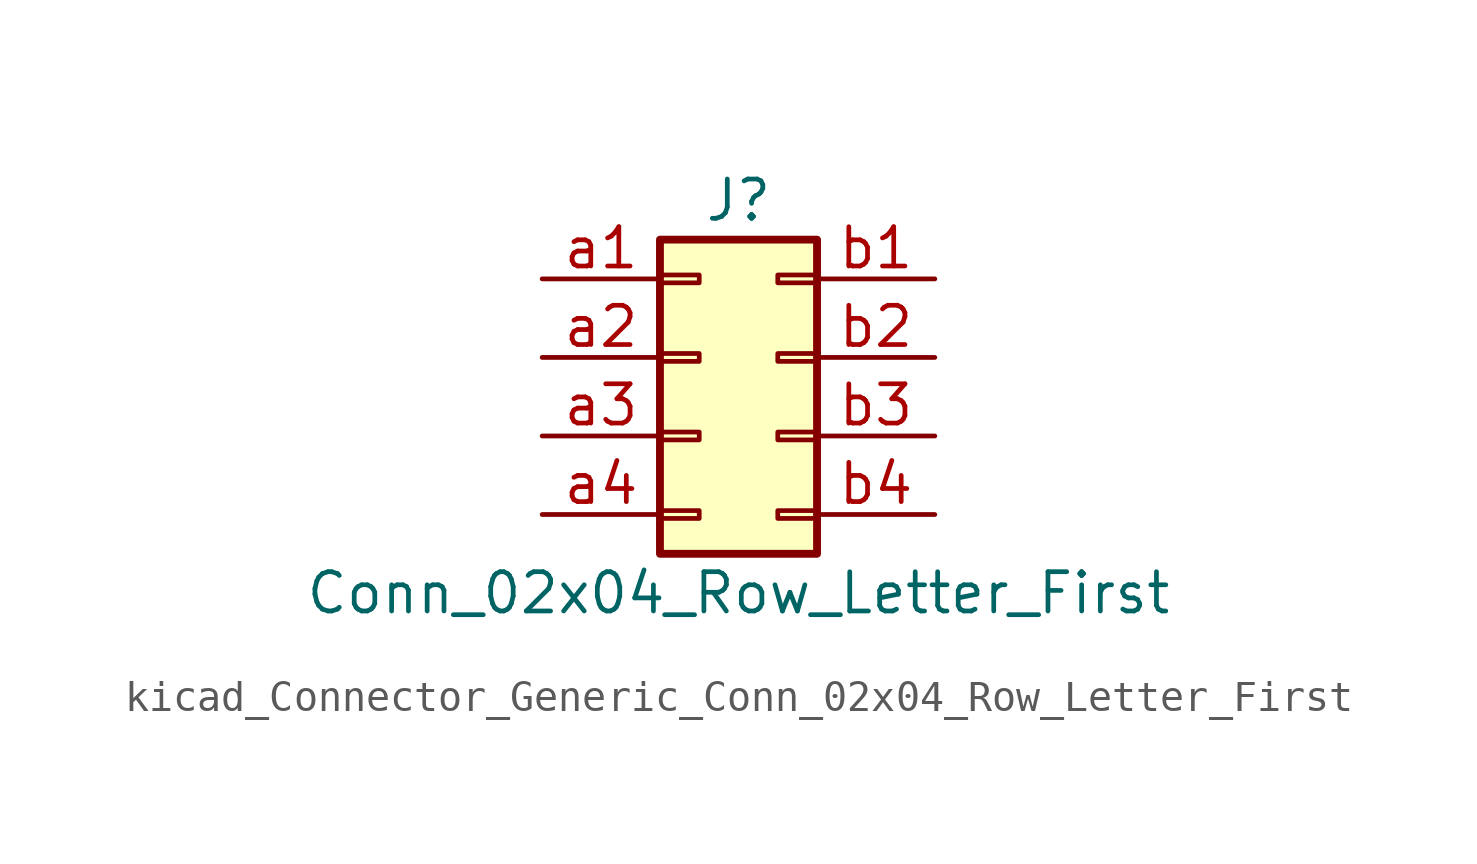
<source format=kicad_sym>
(kicad_symbol_lib
  (version 20220914)
  (generator kicad_symbol_editor)
  (symbol "kicad_Connector_Generic_Conn_02x04_Row_Letter_First"
    (pin_names
      (offset 1.016) hide)
    (property "Reference" "J"
      (at 1.27 5.08 0)
      (effects (font (size 1.27 1.27))))
    (property "Value" "Conn_02x04_Row_Letter_First"
      (at 1.27 -7.62 0)
      (effects (font (size 1.27 1.27))))
    (symbol "kicad_Connector_Generic_Conn_02x04_Row_Letter_First_1_1"
      (rectangle (start -1.27 -4.953) (end 0 -5.207) (stroke (width 0.152) (type default)) (fill (type none)))
      (rectangle (start -1.27 -2.413) (end 0 -2.667) (stroke (width 0.152) (type default)) (fill (type none)))
      (rectangle (start -1.27 0.127) (end 0 -0.127) (stroke (width 0.152) (type default)) (fill (type none)))
      (rectangle (start -1.27 2.667) (end 0 2.413) (stroke (width 0.152) (type default)) (fill (type none)))
      (rectangle (start -1.27 3.81) (end 3.81 -6.35) (stroke (width 0.254) (type default)) (fill (type background)))
      (rectangle (start 3.81 -4.953) (end 2.54 -5.207) (stroke (width 0.152) (type default)) (fill (type none)))
      (rectangle (start 3.81 -2.413) (end 2.54 -2.667) (stroke (width 0.152) (type default)) (fill (type none)))
      (rectangle (start 3.81 0.127) (end 2.54 -0.127) (stroke (width 0.152) (type default)) (fill (type none)))
      (rectangle (start 3.81 2.667) (end 2.54 2.413) (stroke (width 0.152) (type default)) (fill (type none)))
      (pin passive line (at -5.08 2.54 0) (length 3.81) (name "Pin_a1" (effects (font (size 1.27 1.27)))) (number "a1" (effects (font (size 1.27 1.27)))))
      (pin passive line (at -5.08 0 0) (length 3.81) (name "Pin_a2" (effects (font (size 1.27 1.27)))) (number "a2" (effects (font (size 1.27 1.27)))))
      (pin passive line (at -5.08 -2.54 0) (length 3.81) (name "Pin_a3" (effects (font (size 1.27 1.27)))) (number "a3" (effects (font (size 1.27 1.27)))))
      (pin passive line (at -5.08 -5.08 0) (length 3.81) (name "Pin_a4" (effects (font (size 1.27 1.27)))) (number "a4" (effects (font (size 1.27 1.27)))))
      (pin passive line (at 7.62 2.54 180) (length 3.81) (name "Pin_b1" (effects (font (size 1.27 1.27)))) (number "b1" (effects (font (size 1.27 1.27)))))
      (pin passive line (at 7.62 0 180) (length 3.81) (name "Pin_b2" (effects (font (size 1.27 1.27)))) (number "b2" (effects (font (size 1.27 1.27)))))
      (pin passive line (at 7.62 -2.54 180) (length 3.81) (name "Pin_b3" (effects (font (size 1.27 1.27)))) (number "b3" (effects (font (size 1.27 1.27)))))
      (pin passive line (at 7.62 -5.08 180) (length 3.81) (name "Pin_b4" (effects (font (size 1.27 1.27)))) (number "b4" (effects (font (size 1.27 1.27))))))))
</source>
